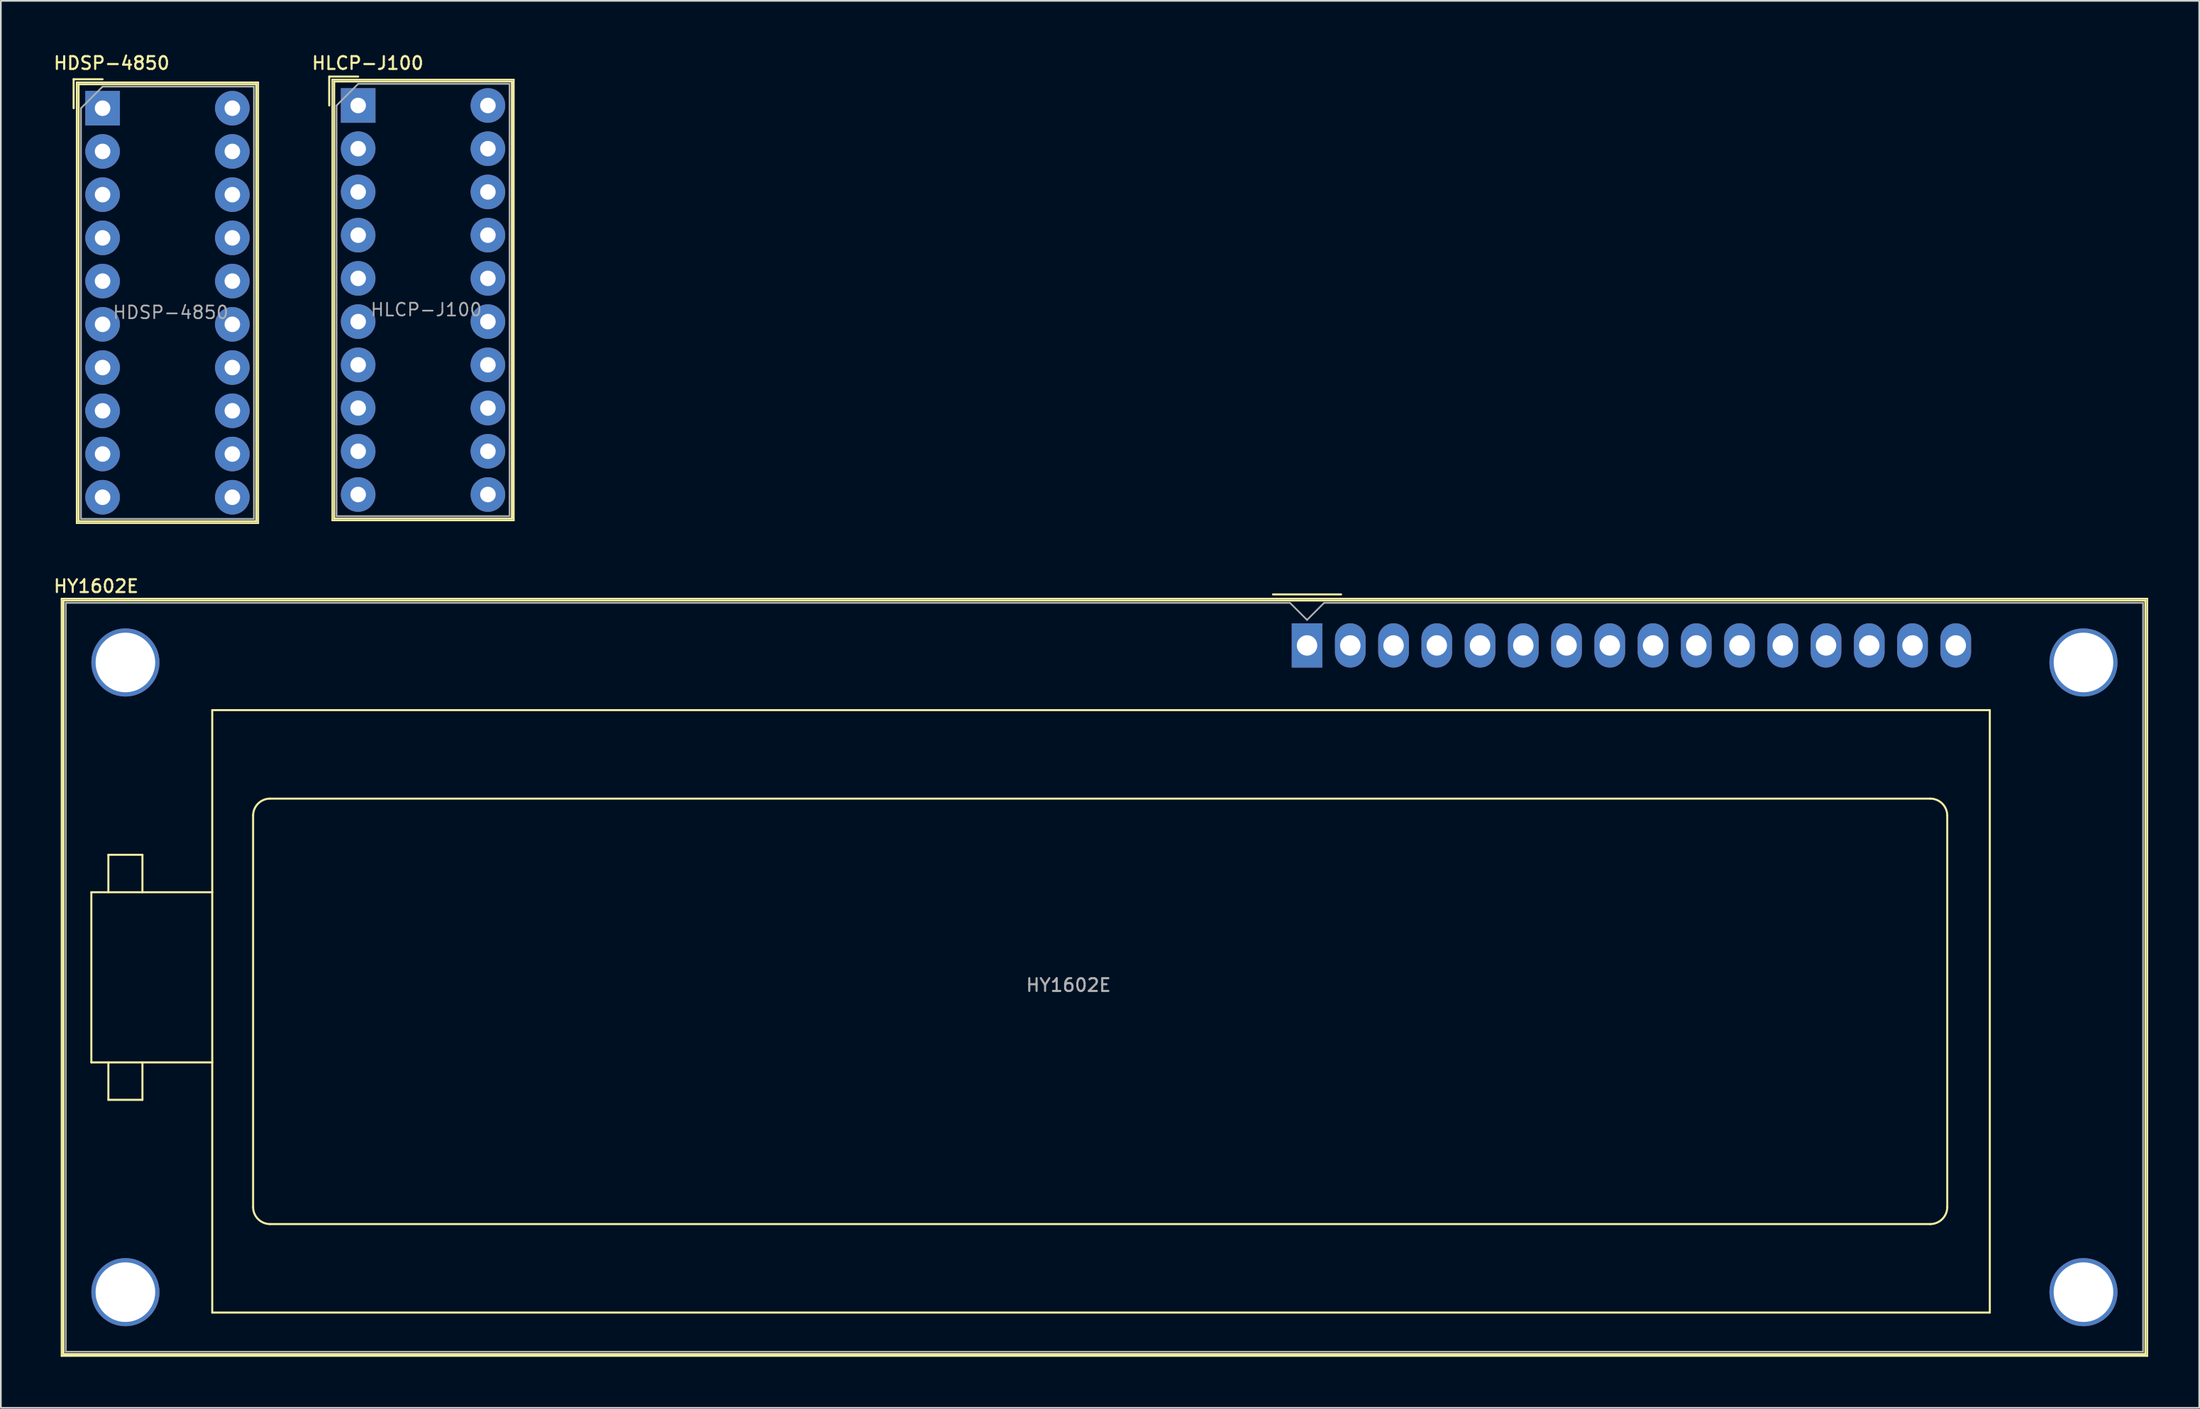
<source format=kicad_pcb>
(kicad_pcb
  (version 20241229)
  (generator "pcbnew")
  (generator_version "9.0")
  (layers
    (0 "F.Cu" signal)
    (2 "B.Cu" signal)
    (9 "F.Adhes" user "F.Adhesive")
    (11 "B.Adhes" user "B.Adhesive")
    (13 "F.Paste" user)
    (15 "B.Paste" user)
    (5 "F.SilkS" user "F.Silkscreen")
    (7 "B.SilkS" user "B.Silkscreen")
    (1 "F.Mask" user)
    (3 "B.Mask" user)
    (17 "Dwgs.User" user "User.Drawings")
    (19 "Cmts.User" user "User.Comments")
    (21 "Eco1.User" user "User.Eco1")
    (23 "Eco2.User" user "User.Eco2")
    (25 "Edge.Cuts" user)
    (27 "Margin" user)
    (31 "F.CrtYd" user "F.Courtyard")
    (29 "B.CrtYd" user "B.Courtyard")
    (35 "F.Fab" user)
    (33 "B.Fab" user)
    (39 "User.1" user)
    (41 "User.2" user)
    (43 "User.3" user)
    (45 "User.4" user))
  (footprint "HLCP-J100"
    (layer "F.Cu")
    (at 17.986 3.148)
    (property "Reference" "HLCP-J100" (at 0.56 -2.49 0) (layer "F.SilkS") (effects (font (size 0.75 0.75) (thickness 0.125))))
    (attr through_hole)
    (fp_line (start -1.7 -1.7) (end -1.7 0) (stroke (width 0.12) (type solid)) (layer "F.SilkS"))
    (fp_line (start -1.52 -1.52) (end -1.52 24.38) (stroke (width 0.1) (type solid)) (layer "F.SilkS"))
    (fp_line (start -1.52 -1.52) (end 9.14 -1.52) (stroke (width 0.1) (type solid)) (layer "F.SilkS"))
    (fp_line (start -1.52 24.38) (end 9.14 24.38) (stroke (width 0.1) (type solid)) (layer "F.SilkS"))
    (fp_line (start -1.41 -1.41) (end 9.03 -1.41) (stroke (width 0.12) (type solid)) (layer "F.SilkS"))
    (fp_line (start -1.41 24.27) (end -1.41 -1.41) (stroke (width 0.12) (type solid)) (layer "F.SilkS"))
    (fp_line (start 0 -1.7) (end -1.7 -1.7) (stroke (width 0.12) (type solid)) (layer "F.SilkS"))
    (fp_line (start 9.03 -1.41) (end 9.03 24.27) (stroke (width 0.12) (type solid)) (layer "F.SilkS"))
    (fp_line (start 9.03 24.27) (end -1.41 24.27) (stroke (width 0.12) (type solid)) (layer "F.SilkS"))
    (fp_line (start 9.14 24.38) (end 9.14 -1.52) (stroke (width 0.1) (type solid)) (layer "F.SilkS"))
    (fp_line (start -1.27 0) (end -1.27 24.13) (stroke (width 0.1) (type solid)) (layer "F.Fab"))
    (fp_line (start -1.27 24.13) (end 8.89 24.13) (stroke (width 0.1) (type solid)) (layer "F.Fab"))
    (fp_line (start 0 -1.27) (end -1.27 0) (stroke (width 0.1) (type solid)) (layer "F.Fab"))
    (fp_line (start 0 -1.27) (end 8.89 -1.27) (stroke (width 0.1) (type solid)) (layer "F.Fab"))
    (fp_line (start 8.89 -1.27) (end 8.89 24.13) (stroke (width 0.1) (type solid)) (layer "F.Fab"))
    (fp_text user "${REFERENCE}" (at 4 12 0) (layer "F.Fab") (effects (font (size 0.75 0.75) (thickness 0.1))))
    (pad "1" thru_hole rect (at 0 0 270) (size 2.032 2.032) (drill 0.914) (layers "*.Cu" "*.Mask"))
    (pad "2" thru_hole circle (at 0 2.54 270) (size 2.032 2.032) (drill 0.914) (layers "*.Cu" "*.Mask"))
    (pad "3" thru_hole circle (at 0 5.08 270) (size 2.032 2.032) (drill 0.914) (layers "*.Cu" "*.Mask"))
    (pad "4" thru_hole circle (at 0 7.62 270) (size 2.032 2.032) (drill 0.914) (layers "*.Cu" "*.Mask"))
    (pad "5" thru_hole circle (at 0 10.16 270) (size 2.032 2.032) (drill 0.914) (layers "*.Cu" "*.Mask"))
    (pad "6" thru_hole circle (at 0 12.7 270) (size 2.032 2.032) (drill 0.914) (layers "*.Cu" "*.Mask"))
    (pad "7" thru_hole circle (at 0 15.24 270) (size 2.032 2.032) (drill 0.914) (layers "*.Cu" "*.Mask"))
    (pad "8" thru_hole circle (at 0 17.78 270) (size 2.032 2.032) (drill 0.914) (layers "*.Cu" "*.Mask"))
    (pad "9" thru_hole circle (at 0 20.32 270) (size 2.032 2.032) (drill 0.914) (layers "*.Cu" "*.Mask"))
    (pad "10" thru_hole circle (at 0 22.86 270) (size 2.032 2.032) (drill 0.914) (layers "*.Cu" "*.Mask"))
    (pad "11" thru_hole circle (at 7.62 22.86 270) (size 2.032 2.032) (drill 0.914) (layers "*.Cu" "*.Mask"))
    (pad "12" thru_hole circle (at 7.62 20.32 270) (size 2.032 2.032) (drill 0.914) (layers "*.Cu" "*.Mask"))
    (pad "13" thru_hole circle (at 7.62 17.78 270) (size 2.032 2.032) (drill 0.914) (layers "*.Cu" "*.Mask"))
    (pad "14" thru_hole circle (at 7.62 15.24 270) (size 2.032 2.032) (drill 0.914) (layers "*.Cu" "*.Mask"))
    (pad "15" thru_hole circle (at 7.62 12.7 270) (size 2.032 2.032) (drill 0.914) (layers "*.Cu" "*.Mask"))
    (pad "16" thru_hole circle (at 7.62 10.16 270) (size 2.032 2.032) (drill 0.914) (layers "*.Cu" "*.Mask"))
    (pad "17" thru_hole circle (at 7.62 7.62 270) (size 2.032 2.032) (drill 0.914) (layers "*.Cu" "*.Mask"))
    (pad "18" thru_hole circle (at 7.62 5.08 270) (size 2.032 2.032) (drill 0.914) (layers "*.Cu" "*.Mask"))
    (pad "19" thru_hole circle (at 7.62 2.54 270) (size 2.032 2.032) (drill 0.914) (layers "*.Cu" "*.Mask"))
    (pad "20" thru_hole circle (at 7.62 0 270) (size 2.032 2.032) (drill 0.914) (layers "*.Cu" "*.Mask")))
  (footprint "HY1602E"
    (layer "F.Cu")
    (at 73.715 34.876)
    (property "Reference" "HY1602E" (at -71.12 -3.48 0) (layer "F.SilkS") (effects (font (size 0.75 0.75) (thickness 0.125))))
    (attr through_hole)
    (fp_line (start -73.15 -2.75) (end -73.15 41.75) (stroke (width 0.1) (type solid)) (layer "F.SilkS"))
    (fp_line (start -73.15 -2.75) (end 49.35 -2.75) (stroke (width 0.1) (type solid)) (layer "F.SilkS"))
    (fp_line (start -73.15 41.75) (end 49.35 41.75) (stroke (width 0.1) (type solid)) (layer "F.SilkS"))
    (fp_line (start -73.04 -2.64) (end -73.04 41.64) (stroke (width 0.12) (type solid)) (layer "F.SilkS"))
    (fp_line (start -73.04 -2.64) (end 49.24 -2.64) (stroke (width 0.12) (type solid)) (layer "F.SilkS"))
    (fp_line (start -71.4 14.5) (end -64.3 14.5) (stroke (width 0.12) (type solid)) (layer "F.SilkS"))
    (fp_line (start -71.4 24.5) (end -71.4 14.5) (stroke (width 0.12) (type solid)) (layer "F.SilkS"))
    (fp_line (start -70.4 12.3) (end -70.4 14.5) (stroke (width 0.12) (type solid)) (layer "F.SilkS"))
    (fp_line (start -70.4 26.7) (end -70.4 24.5) (stroke (width 0.12) (type solid)) (layer "F.SilkS"))
    (fp_line (start -68.4 12.3) (end -70.4 12.3) (stroke (width 0.12) (type solid)) (layer "F.SilkS"))
    (fp_line (start -68.4 14.5) (end -68.4 12.3) (stroke (width 0.12) (type solid)) (layer "F.SilkS"))
    (fp_line (start -68.4 24.5) (end -68.4 26.7) (stroke (width 0.12) (type solid)) (layer "F.SilkS"))
    (fp_line (start -68.4 26.7) (end -70.4 26.7) (stroke (width 0.12) (type solid)) (layer "F.SilkS"))
    (fp_line (start -64.3 3.8) (end 40.1 3.8) (stroke (width 0.12) (type solid)) (layer "F.SilkS"))
    (fp_line (start -64.3 24.5) (end -71.4 24.5) (stroke (width 0.12) (type solid)) (layer "F.SilkS"))
    (fp_line (start -64.3 39.2) (end -64.3 3.8) (stroke (width 0.12) (type solid)) (layer "F.SilkS"))
    (fp_line (start -61.9 33) (end -61.9 10) (stroke (width 0.12) (type solid)) (layer "F.SilkS"))
    (fp_line (start -60.9 9) (end 36.6 9) (stroke (width 0.12) (type solid)) (layer "F.SilkS"))
    (fp_line (start -2 -3) (end 2 -3) (stroke (width 0.12) (type solid)) (layer "F.SilkS"))
    (fp_line (start 36.6 34) (end -60.9 34) (stroke (width 0.12) (type solid)) (layer "F.SilkS"))
    (fp_line (start 37.6 10) (end 37.6 33) (stroke (width 0.12) (type solid)) (layer "F.SilkS"))
    (fp_line (start 40.1 3.8) (end 40.1 39.2) (stroke (width 0.12) (type solid)) (layer "F.SilkS"))
    (fp_line (start 40.1 39.2) (end -64.3 39.2) (stroke (width 0.12) (type solid)) (layer "F.SilkS"))
    (fp_line (start 49.24 -2.64) (end 49.24 41.64) (stroke (width 0.12) (type solid)) (layer "F.SilkS"))
    (fp_line (start 49.24 41.64) (end -73.04 41.64) (stroke (width 0.12) (type solid)) (layer "F.SilkS"))
    (fp_line (start 49.35 -2.75) (end 49.35 41.75) (stroke (width 0.1) (type solid)) (layer "F.SilkS"))
    (fp_arc (start -61.9 10) (mid -61.607107 9.292893) (end -60.9 9) (stroke (width 0.12) (type solid)) (layer "F.SilkS"))
    (fp_arc (start -60.9 34) (mid -61.607107 33.707107) (end -61.9 33) (stroke (width 0.12) (type solid)) (layer "F.SilkS"))
    (fp_arc (start 36.6 9) (mid 37.307107 9.292893) (end 37.6 10) (stroke (width 0.12) (type solid)) (layer "F.SilkS"))
    (fp_arc (start 37.6 33) (mid 37.307107 33.707107) (end 36.6 34) (stroke (width 0.12) (type solid)) (layer "F.SilkS"))
    (fp_line (start -72.9 -2.5) (end -72.9 41.5) (stroke (width 0.1) (type solid)) (layer "F.Fab"))
    (fp_line (start -72.9 41.5) (end 49.1 41.5) (stroke (width 0.1) (type solid)) (layer "F.Fab"))
    (fp_line (start -1 -2.5) (end -72.9 -2.5) (stroke (width 0.1) (type solid)) (layer "F.Fab"))
    (fp_line (start 0 -1.5) (end -1 -2.5) (stroke (width 0.1) (type solid)) (layer "F.Fab"))
    (fp_line (start 1 -2.5) (end 0 -1.5) (stroke (width 0.1) (type solid)) (layer "F.Fab"))
    (fp_line (start 49.1 -2.5) (end 1 -2.5) (stroke (width 0.1) (type solid)) (layer "F.Fab"))
    (fp_line (start 49.1 41.5) (end 49.1 -2.5) (stroke (width 0.1) (type solid)) (layer "F.Fab"))
    (fp_text user "${REFERENCE}" (at -14.01 19.96 0) (layer "F.Fab") (effects (font (size 0.75 0.75) (thickness 0.125))))
    (pad "" thru_hole circle (at -69.4 1.001 180) (size 4 4) (drill 3.5) (layers "*.Cu" "*.Mask"))
    (pad "" thru_hole circle (at -69.4 38.001 180) (size 4 4) (drill 3.5) (layers "*.Cu" "*.Mask"))
    (pad "" thru_hole circle (at 45.601 1.001 180) (size 4 4) (drill 3.5) (layers "*.Cu" "*.Mask"))
    (pad "" thru_hole circle (at 45.601 38.001 180) (size 4 4) (drill 3.5) (layers "*.Cu" "*.Mask"))
    (pad "1" thru_hole rect (at 0 0 180) (size 1.8 2.6) (drill 1.2) (layers "*.Cu" "*.Mask"))
    (pad "2" thru_hole oval (at 2.54 0 180) (size 1.8 2.6) (drill 1.2) (layers "*.Cu" "*.Mask"))
    (pad "3" thru_hole oval (at 5.08 0 180) (size 1.8 2.6) (drill 1.2) (layers "*.Cu" "*.Mask"))
    (pad "4" thru_hole oval (at 7.62 0 180) (size 1.8 2.6) (drill 1.2) (layers "*.Cu" "*.Mask"))
    (pad "5" thru_hole oval (at 10.16 0 180) (size 1.8 2.6) (drill 1.2) (layers "*.Cu" "*.Mask"))
    (pad "6" thru_hole oval (at 12.7 0 180) (size 1.8 2.6) (drill 1.2) (layers "*.Cu" "*.Mask"))
    (pad "7" thru_hole oval (at 15.24 0 180) (size 1.8 2.6) (drill 1.2) (layers "*.Cu" "*.Mask"))
    (pad "8" thru_hole oval (at 17.78 0 180) (size 1.8 2.6) (drill 1.2) (layers "*.Cu" "*.Mask"))
    (pad "9" thru_hole oval (at 20.32 0 180) (size 1.8 2.6) (drill 1.2) (layers "*.Cu" "*.Mask"))
    (pad "10" thru_hole oval (at 22.86 0 180) (size 1.8 2.6) (drill 1.2) (layers "*.Cu" "*.Mask"))
    (pad "11" thru_hole oval (at 25.4 0 180) (size 1.8 2.6) (drill 1.2) (layers "*.Cu" "*.Mask"))
    (pad "12" thru_hole oval (at 27.94 0 180) (size 1.8 2.6) (drill 1.2) (layers "*.Cu" "*.Mask"))
    (pad "13" thru_hole oval (at 30.48 0 180) (size 1.8 2.6) (drill 1.2) (layers "*.Cu" "*.Mask"))
    (pad "14" thru_hole oval (at 33.02 0 180) (size 1.8 2.6) (drill 1.2) (layers "*.Cu" "*.Mask"))
    (pad "15" thru_hole oval (at 35.56 0 180) (size 1.8 2.6) (drill 1.2) (layers "*.Cu" "*.Mask"))
    (pad "16" thru_hole oval (at 38.1 0 180) (size 1.8 2.6) (drill 1.2) (layers "*.Cu" "*.Mask")))
  (footprint "HDSP-4850"
    (layer "F.Cu")
    (at 2.975 3.308)
    (property "Reference" "HDSP-4850" (at 0.53 -2.65 0) (layer "F.SilkS") (effects (font (size 0.75 0.75) (thickness 0.125))))
    (attr through_hole)
    (fp_line (start -1.7 -1.7) (end -1.7 0) (stroke (width 0.12) (type solid)) (layer "F.SilkS"))
    (fp_line (start -1.52 -1.52) (end -1.52 24.38) (stroke (width 0.1) (type solid)) (layer "F.SilkS"))
    (fp_line (start -1.52 -1.52) (end 9.14 -1.52) (stroke (width 0.1) (type solid)) (layer "F.SilkS"))
    (fp_line (start -1.52 24.38) (end 9.14 24.38) (stroke (width 0.1) (type solid)) (layer "F.SilkS"))
    (fp_line (start -1.41 -1.41) (end 9.03 -1.41) (stroke (width 0.12) (type solid)) (layer "F.SilkS"))
    (fp_line (start -1.41 24.27) (end -1.41 -1.41) (stroke (width 0.12) (type solid)) (layer "F.SilkS"))
    (fp_line (start 0 -1.7) (end -1.7 -1.7) (stroke (width 0.12) (type solid)) (layer "F.SilkS"))
    (fp_line (start 9.03 -1.41) (end 9.03 24.27) (stroke (width 0.12) (type solid)) (layer "F.SilkS"))
    (fp_line (start 9.03 24.27) (end -1.41 24.27) (stroke (width 0.12) (type solid)) (layer "F.SilkS"))
    (fp_line (start 9.14 24.38) (end 9.14 -1.52) (stroke (width 0.1) (type solid)) (layer "F.SilkS"))
    (fp_line (start -1.27 0) (end -1.27 24.13) (stroke (width 0.1) (type solid)) (layer "F.Fab"))
    (fp_line (start -1.27 24.13) (end 8.89 24.13) (stroke (width 0.1) (type solid)) (layer "F.Fab"))
    (fp_line (start 0 -1.27) (end -1.27 0) (stroke (width 0.1) (type solid)) (layer "F.Fab"))
    (fp_line (start 0 -1.27) (end 8.89 -1.27) (stroke (width 0.1) (type solid)) (layer "F.Fab"))
    (fp_line (start 8.89 -1.27) (end 8.89 24.13) (stroke (width 0.1) (type solid)) (layer "F.Fab"))
    (fp_text user "${REFERENCE}" (at 4 12 0) (layer "F.Fab") (effects (font (size 0.75 0.75) (thickness 0.1))))
    (pad "1" thru_hole rect (at 0 0 270) (size 2.032 2.032) (drill 0.914) (layers "*.Cu" "*.Mask"))
    (pad "2" thru_hole circle (at 0 2.54 270) (size 2.032 2.032) (drill 0.914) (layers "*.Cu" "*.Mask"))
    (pad "3" thru_hole circle (at 0 5.08 270) (size 2.032 2.032) (drill 0.914) (layers "*.Cu" "*.Mask"))
    (pad "4" thru_hole circle (at 0 7.62 270) (size 2.032 2.032) (drill 0.914) (layers "*.Cu" "*.Mask"))
    (pad "5" thru_hole circle (at 0 10.16 270) (size 2.032 2.032) (drill 0.914) (layers "*.Cu" "*.Mask"))
    (pad "6" thru_hole circle (at 0 12.7 270) (size 2.032 2.032) (drill 0.914) (layers "*.Cu" "*.Mask"))
    (pad "7" thru_hole circle (at 0 15.24 270) (size 2.032 2.032) (drill 0.914) (layers "*.Cu" "*.Mask"))
    (pad "8" thru_hole circle (at 0 17.78 270) (size 2.032 2.032) (drill 0.914) (layers "*.Cu" "*.Mask"))
    (pad "9" thru_hole circle (at 0 20.32 270) (size 2.032 2.032) (drill 0.914) (layers "*.Cu" "*.Mask"))
    (pad "10" thru_hole circle (at 0 22.86 270) (size 2.032 2.032) (drill 0.914) (layers "*.Cu" "*.Mask"))
    (pad "11" thru_hole circle (at 7.62 22.86 270) (size 2.032 2.032) (drill 0.914) (layers "*.Cu" "*.Mask"))
    (pad "12" thru_hole circle (at 7.62 20.32 270) (size 2.032 2.032) (drill 0.914) (layers "*.Cu" "*.Mask"))
    (pad "13" thru_hole circle (at 7.62 17.78 270) (size 2.032 2.032) (drill 0.914) (layers "*.Cu" "*.Mask"))
    (pad "14" thru_hole circle (at 7.62 15.24 270) (size 2.032 2.032) (drill 0.914) (layers "*.Cu" "*.Mask"))
    (pad "15" thru_hole circle (at 7.62 12.7 270) (size 2.032 2.032) (drill 0.914) (layers "*.Cu" "*.Mask"))
    (pad "16" thru_hole circle (at 7.62 10.16 270) (size 2.032 2.032) (drill 0.914) (layers "*.Cu" "*.Mask"))
    (pad "17" thru_hole circle (at 7.62 7.62 270) (size 2.032 2.032) (drill 0.914) (layers "*.Cu" "*.Mask"))
    (pad "18" thru_hole circle (at 7.62 5.08 270) (size 2.032 2.032) (drill 0.914) (layers "*.Cu" "*.Mask"))
    (pad "19" thru_hole circle (at 7.62 2.54 270) (size 2.032 2.032) (drill 0.914) (layers "*.Cu" "*.Mask"))
    (pad "20" thru_hole circle (at 7.62 0 270) (size 2.032 2.032) (drill 0.914) (layers "*.Cu" "*.Mask")))
  (gr_rect
    (start -3 -3)
    (end 126.115 79.676)
    (stroke (width 0.1) (type default))
    (fill no)
    (layer "Edge.Cuts")))
</source>
